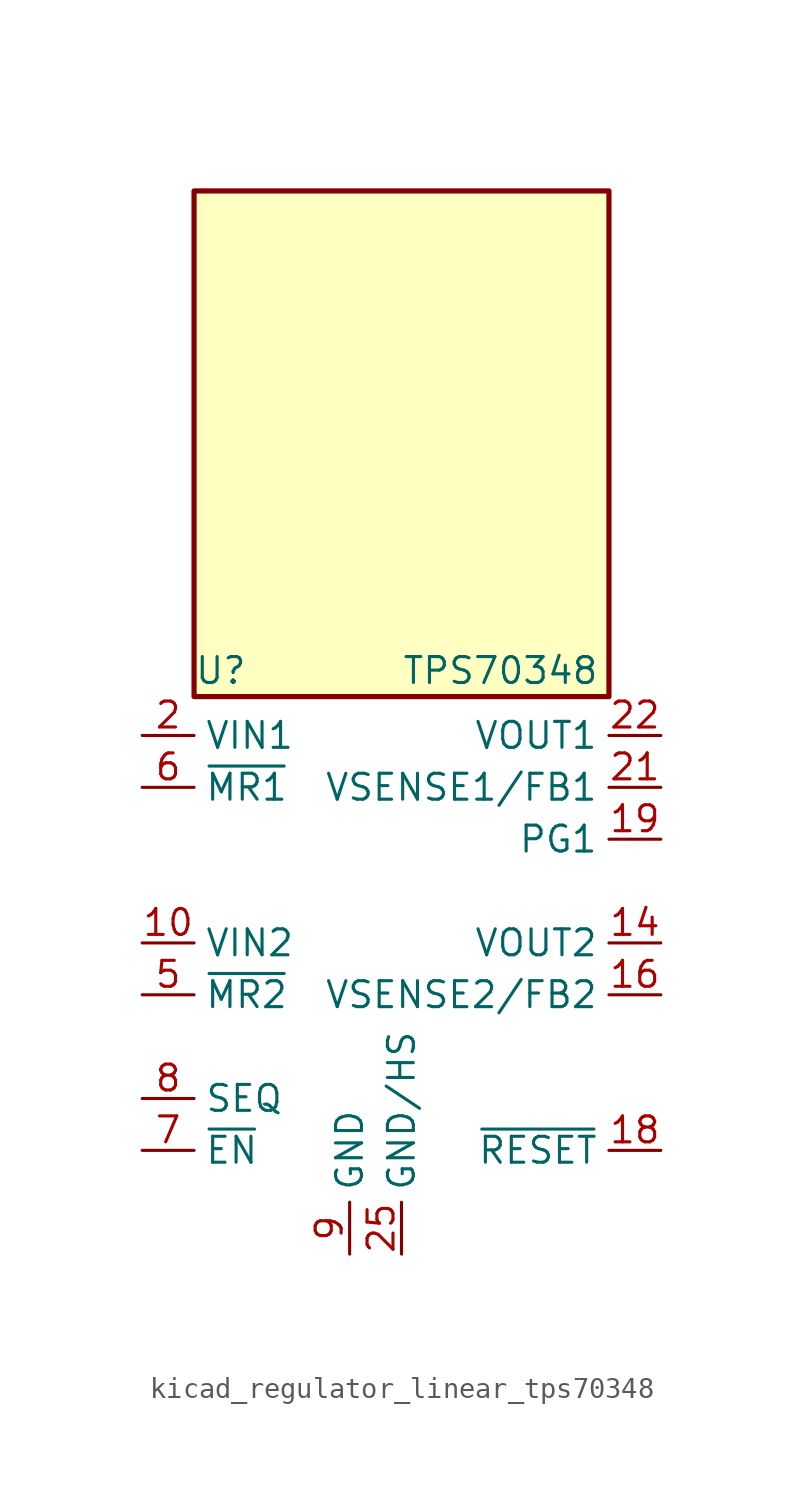
<source format=kicad_sym>
(kicad_symbol_lib
  (version 20220914)
  (generator kicad_symbol_editor)
  (symbol "kicad_regulator_linear_tps70348"
    (property "Reference" "U"
      (at -10.16 13.335 0)
      (effects (font (size 1.27 1.27)) (justify left)))
    (property "Value" "TPS70348"
      (at 0 13.335 0)
      (effects (font (size 1.27 1.27)) (justify left)))
    (symbol "kicad_regulator_linear_tps70348_0_1"
      (rectangle (start 10.16 36.83) (end -10.16 12.065) (stroke (width 0.254) (type default)) (fill (type background))))
    (symbol "kicad_regulator_linear_tps70348_1_1"
      (pin passive line (at 0 -15.24 90) (length 2.54) hide (name "GND/HS" (effects (font (size 1.27 1.27)))) (number "1" (effects (font (size 1.27 1.27)))))
      (pin power_in line (at -12.7 0 0) (length 2.54) (name "VIN2" (effects (font (size 1.27 1.27)))) (number "10" (effects (font (size 1.27 1.27)))))
      (pin passive line (at -12.7 0 0) (length 2.54) hide (name "VIN2" (effects (font (size 1.27 1.27)))) (number "11" (effects (font (size 1.27 1.27)))))
      (pin passive line (at 0 -15.24 90) (length 2.54) hide (name "GND/HS" (effects (font (size 1.27 1.27)))) (number "12" (effects (font (size 1.27 1.27)))))
      (pin passive line (at 0 -15.24 90) (length 2.54) hide (name "GND/HS" (effects (font (size 1.27 1.27)))) (number "13" (effects (font (size 1.27 1.27)))))
      (pin power_out line (at 12.7 0 180) (length 2.54) (name "VOUT2" (effects (font (size 1.27 1.27)))) (number "14" (effects (font (size 1.27 1.27)))))
      (pin passive line (at 12.7 0 180) (length 2.54) hide (name "VOUT2" (effects (font (size 1.27 1.27)))) (number "15" (effects (font (size 1.27 1.27)))))
      (pin input line (at 12.7 -2.54 180) (length 2.54) (name "VSENSE2/FB2" (effects (font (size 1.27 1.27)))) (number "16" (effects (font (size 1.27 1.27)))))
      (pin no_connect line (at -10.16 2.54 0) (length 2.54) hide (name "NC" (effects (font (size 1.27 1.27)))) (number "17" (effects (font (size 1.27 1.27)))))
      (pin open_collector line (at 12.7 -10.16 180) (length 2.54) (name "~{RESET}" (effects (font (size 1.27 1.27)))) (number "18" (effects (font (size 1.27 1.27)))))
      (pin open_collector line (at 12.7 5.08 180) (length 2.54) (name "PG1" (effects (font (size 1.27 1.27)))) (number "19" (effects (font (size 1.27 1.27)))))
      (pin power_in line (at -12.7 10.16 0) (length 2.54) (name "VIN1" (effects (font (size 1.27 1.27)))) (number "2" (effects (font (size 1.27 1.27)))))
      (pin no_connect line (at -10.16 -5.08 0) (length 2.54) hide (name "NC" (effects (font (size 1.27 1.27)))) (number "20" (effects (font (size 1.27 1.27)))))
      (pin input line (at 12.7 7.62 180) (length 2.54) (name "VSENSE1/FB1" (effects (font (size 1.27 1.27)))) (number "21" (effects (font (size 1.27 1.27)))))
      (pin power_out line (at 12.7 10.16 180) (length 2.54) (name "VOUT1" (effects (font (size 1.27 1.27)))) (number "22" (effects (font (size 1.27 1.27)))))
      (pin passive line (at 12.7 10.16 180) (length 2.54) hide (name "VOUT1" (effects (font (size 1.27 1.27)))) (number "23" (effects (font (size 1.27 1.27)))))
      (pin passive line (at 0 -15.24 90) (length 2.54) hide (name "GND/HS" (effects (font (size 1.27 1.27)))) (number "24" (effects (font (size 1.27 1.27)))))
      (pin power_in line (at 0 -15.24 90) (length 2.54) (name "GND/HS" (effects (font (size 1.27 1.27)))) (number "25" (effects (font (size 1.27 1.27)))))
      (pin passive line (at -12.7 10.16 0) (length 2.54) hide (name "VIN1" (effects (font (size 1.27 1.27)))) (number "3" (effects (font (size 1.27 1.27)))))
      (pin no_connect line (at -10.16 5.08 0) (length 2.54) hide (name "NC" (effects (font (size 1.27 1.27)))) (number "4" (effects (font (size 1.27 1.27)))))
      (pin input line (at -12.7 -2.54 0) (length 2.54) (name "~{MR2}" (effects (font (size 1.27 1.27)))) (number "5" (effects (font (size 1.27 1.27)))))
      (pin input line (at -12.7 7.62 0) (length 2.54) (name "~{MR1}" (effects (font (size 1.27 1.27)))) (number "6" (effects (font (size 1.27 1.27)))))
      (pin input line (at -12.7 -10.16 0) (length 2.54) (name "~{EN}" (effects (font (size 1.27 1.27)))) (number "7" (effects (font (size 1.27 1.27)))))
      (pin input line (at -12.7 -7.62 0) (length 2.54) (name "SEQ" (effects (font (size 1.27 1.27)))) (number "8" (effects (font (size 1.27 1.27)))))
      (pin power_in line (at -2.54 -15.24 90) (length 2.54) (name "GND" (effects (font (size 1.27 1.27)))) (number "9" (effects (font (size 1.27 1.27))))))))
</source>
